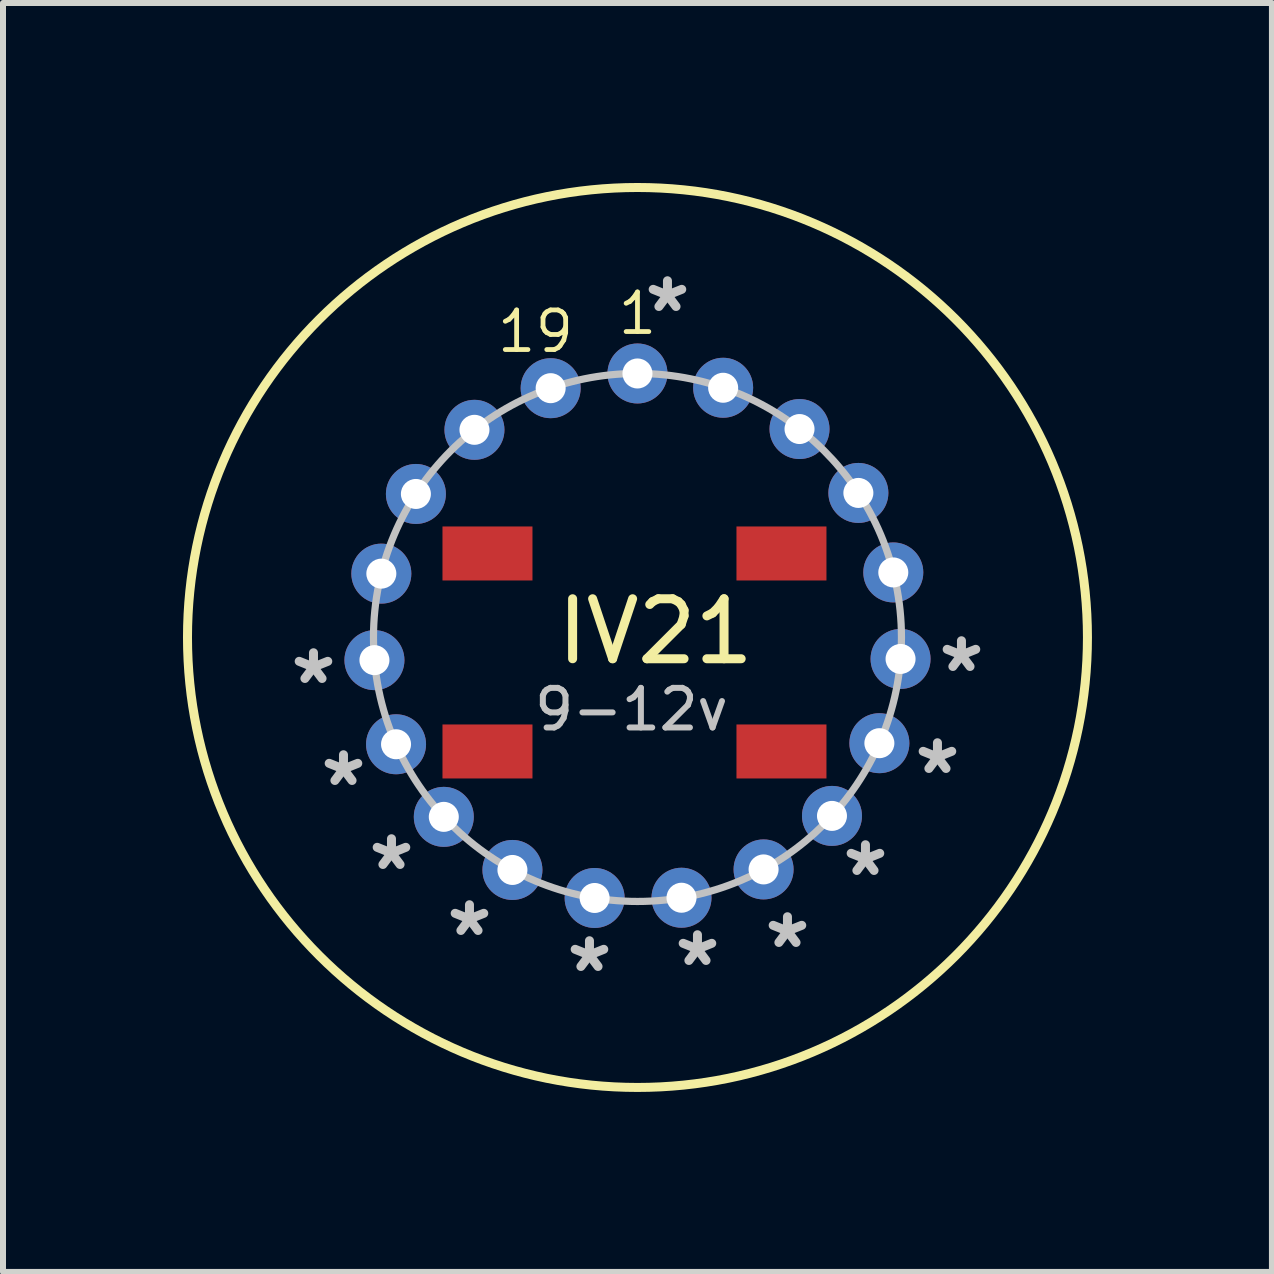
<source format=kicad_pcb>
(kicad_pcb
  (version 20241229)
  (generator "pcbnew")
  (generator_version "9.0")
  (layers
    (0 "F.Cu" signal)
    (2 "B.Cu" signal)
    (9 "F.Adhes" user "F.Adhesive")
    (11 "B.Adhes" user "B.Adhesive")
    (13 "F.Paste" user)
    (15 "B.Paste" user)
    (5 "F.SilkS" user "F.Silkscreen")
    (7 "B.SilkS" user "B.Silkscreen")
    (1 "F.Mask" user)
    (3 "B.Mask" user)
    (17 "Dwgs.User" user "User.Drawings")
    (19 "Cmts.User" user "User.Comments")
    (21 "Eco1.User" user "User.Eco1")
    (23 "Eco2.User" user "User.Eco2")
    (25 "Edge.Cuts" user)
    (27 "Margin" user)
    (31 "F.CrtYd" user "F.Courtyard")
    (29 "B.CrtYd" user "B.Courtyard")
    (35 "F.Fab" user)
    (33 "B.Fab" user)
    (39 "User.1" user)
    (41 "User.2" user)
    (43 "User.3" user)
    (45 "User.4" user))
  (footprint "IV21"
    (layer "F.Cu")
    (at 7.575 7.575)
    (property "Reference" "IV21" (at 0.3 -0.1 0) (layer "F.SilkS") (effects (font (size 1 1) (thickness 0.15))))
    (attr through_hole)
    (fp_circle (center 0 0) (end 7.5 0) (stroke (width 0.15) (type solid)) (fill no) (layer "F.SilkS"))
    (fp_circle (center 0 0) (end 4.4 0) (stroke (width 0.12) (type solid)) (fill no) (layer "Dwgs.User"))
    (fp_text user "19" (at -1.7 -5.1 0) (layer "F.SilkS") (effects (font (size 0.66 0.66) (thickness 0.08))))
    (fp_text user "1" (at 0 -5.4 0) (layer "F.SilkS") (effects (font (size 0.66 0.66) (thickness 0.08))))
    (fp_text user "*" (at 2.5 5.2 0) (layer "Dwgs.User") (effects (font (size 1 1) (thickness 0.15))))
    (fp_text user "*" (at -4.9 2.5 0) (layer "Dwgs.User") (effects (font (size 1 1) (thickness 0.15))))
    (fp_text user "*" (at 5.4 0.6 0) (layer "Dwgs.User") (effects (font (size 1 1) (thickness 0.15))))
    (fp_text user "*" (at 0.5 -5.4 0) (layer "Dwgs.User") (effects (font (size 1 1) (thickness 0.15))))
    (fp_text user "*" (at 1 5.5 0) (layer "Dwgs.User") (effects (font (size 1 1) (thickness 0.15))))
    (fp_text user "*" (at -0.8 5.6 0) (layer "Dwgs.User") (effects (font (size 1 1) (thickness 0.15))))
    (fp_text user "*" (at -4.1 3.9 0) (layer "Dwgs.User") (effects (font (size 1 1) (thickness 0.15))))
    (fp_text user "*" (at 5 2.3 0) (layer "Dwgs.User") (effects (font (size 1 1) (thickness 0.15))))
    (fp_text user "*" (at -5.4 0.8 0) (layer "Dwgs.User") (effects (font (size 1 1) (thickness 0.15))))
    (fp_text user "9-12v" (at -0.1 1.2 0) (layer "Dwgs.User") (effects (font (size 0.66 0.66) (thickness 0.1))))
    (fp_text user "*" (at -2.8 5 0) (layer "Dwgs.User") (effects (font (size 1 1) (thickness 0.15))))
    (fp_text user "*" (at 3.8 4 0) (layer "Dwgs.User") (effects (font (size 1 1) (thickness 0.15))))
    (pad "1" thru_hole circle (at 0 -4.4) (size 1 1) (drill 0.5) (layers "*.Cu" "*.Mask"))
    (pad "2" thru_hole circle (at 1.428 -4.162) (size 1 1) (drill 0.5) (layers "*.Cu" "*.Mask"))
    (pad "3" thru_hole circle (at 2.701 -3.474) (size 1 1) (drill 0.5) (layers "*.Cu" "*.Mask"))
    (pad "4" thru_hole circle (at 3.682 -2.409) (size 1 1) (drill 0.5) (layers "*.Cu" "*.Mask"))
    (pad "5" thru_hole circle (at 4.264 -1.084) (size 1 1) (drill 0.5) (layers "*.Cu" "*.Mask"))
    (pad "6" thru_hole circle (at 4.385 0.358) (size 1 1) (drill 0.5) (layers "*.Cu" "*.Mask"))
    (pad "7" thru_hole circle (at 4.032 1.762) (size 1 1) (drill 0.5) (layers "*.Cu" "*.Mask"))
    (pad "8" thru_hole circle (at 3.242 2.974) (size 1 1) (drill 0.5) (layers "*.Cu" "*.Mask"))
    (pad "9" thru_hole circle (at 2.102 3.866) (size 1 1) (drill 0.5) (layers "*.Cu" "*.Mask"))
    (pad "10" thru_hole circle (at 0.734 4.338) (size 1 1) (drill 0.5) (layers "*.Cu" "*.Mask"))
    (pad "11" thru_hole circle (at -0.714 4.342) (size 1 1) (drill 0.5) (layers "*.Cu" "*.Mask"))
    (pad "12" thru_hole circle (at -2.084 3.875) (size 1 1) (drill 0.5) (layers "*.Cu" "*.Mask"))
    (pad "13" thru_hole circle (at -3.228 2.99) (size 1 1) (drill 0.5) (layers "*.Cu" "*.Mask"))
    (pad "14" thru_hole circle (at -4.024 1.78) (size 1 1) (drill 0.5) (layers "*.Cu" "*.Mask"))
    (pad "15" thru_hole circle (at -4.384 0.378) (size 1 1) (drill 0.5) (layers "*.Cu" "*.Mask"))
    (pad "16" thru_hole circle (at -4.269 -1.064) (size 1 1) (drill 0.5) (layers "*.Cu" "*.Mask"))
    (pad "17" thru_hole circle (at -3.693 -2.392) (size 1 1) (drill 0.5) (layers "*.Cu" "*.Mask"))
    (pad "18" thru_hole circle (at -2.717 -3.461) (size 1 1) (drill 0.5) (layers "*.Cu" "*.Mask"))
    (pad "19" thru_hole circle (at -1.447 -4.155) (size 1 1) (drill 0.5) (layers "*.Cu" "*.Mask"))
    (pad "20" smd rect (at -2.5 -1.4) (size 1.5 0.9) (layers "F.Cu" "F.Mask" "F.Paste"))
    (pad "21" smd rect (at 2.4 -1.4) (size 1.5 0.9) (layers "F.Cu" "F.Mask" "F.Paste"))
    (pad "22" smd rect (at -2.5 1.9) (size 1.5 0.9) (layers "F.Cu" "F.Mask" "F.Paste"))
    (pad "23" smd rect (at 2.4 1.9) (size 1.5 0.9) (layers "F.Cu" "F.Mask" "F.Paste")))
  (gr_rect
    (start -3 -3)
    (end 18.15 18.15)
    (stroke (width 0.1) (type default))
    (fill no)
    (layer "Edge.Cuts")))
</source>
